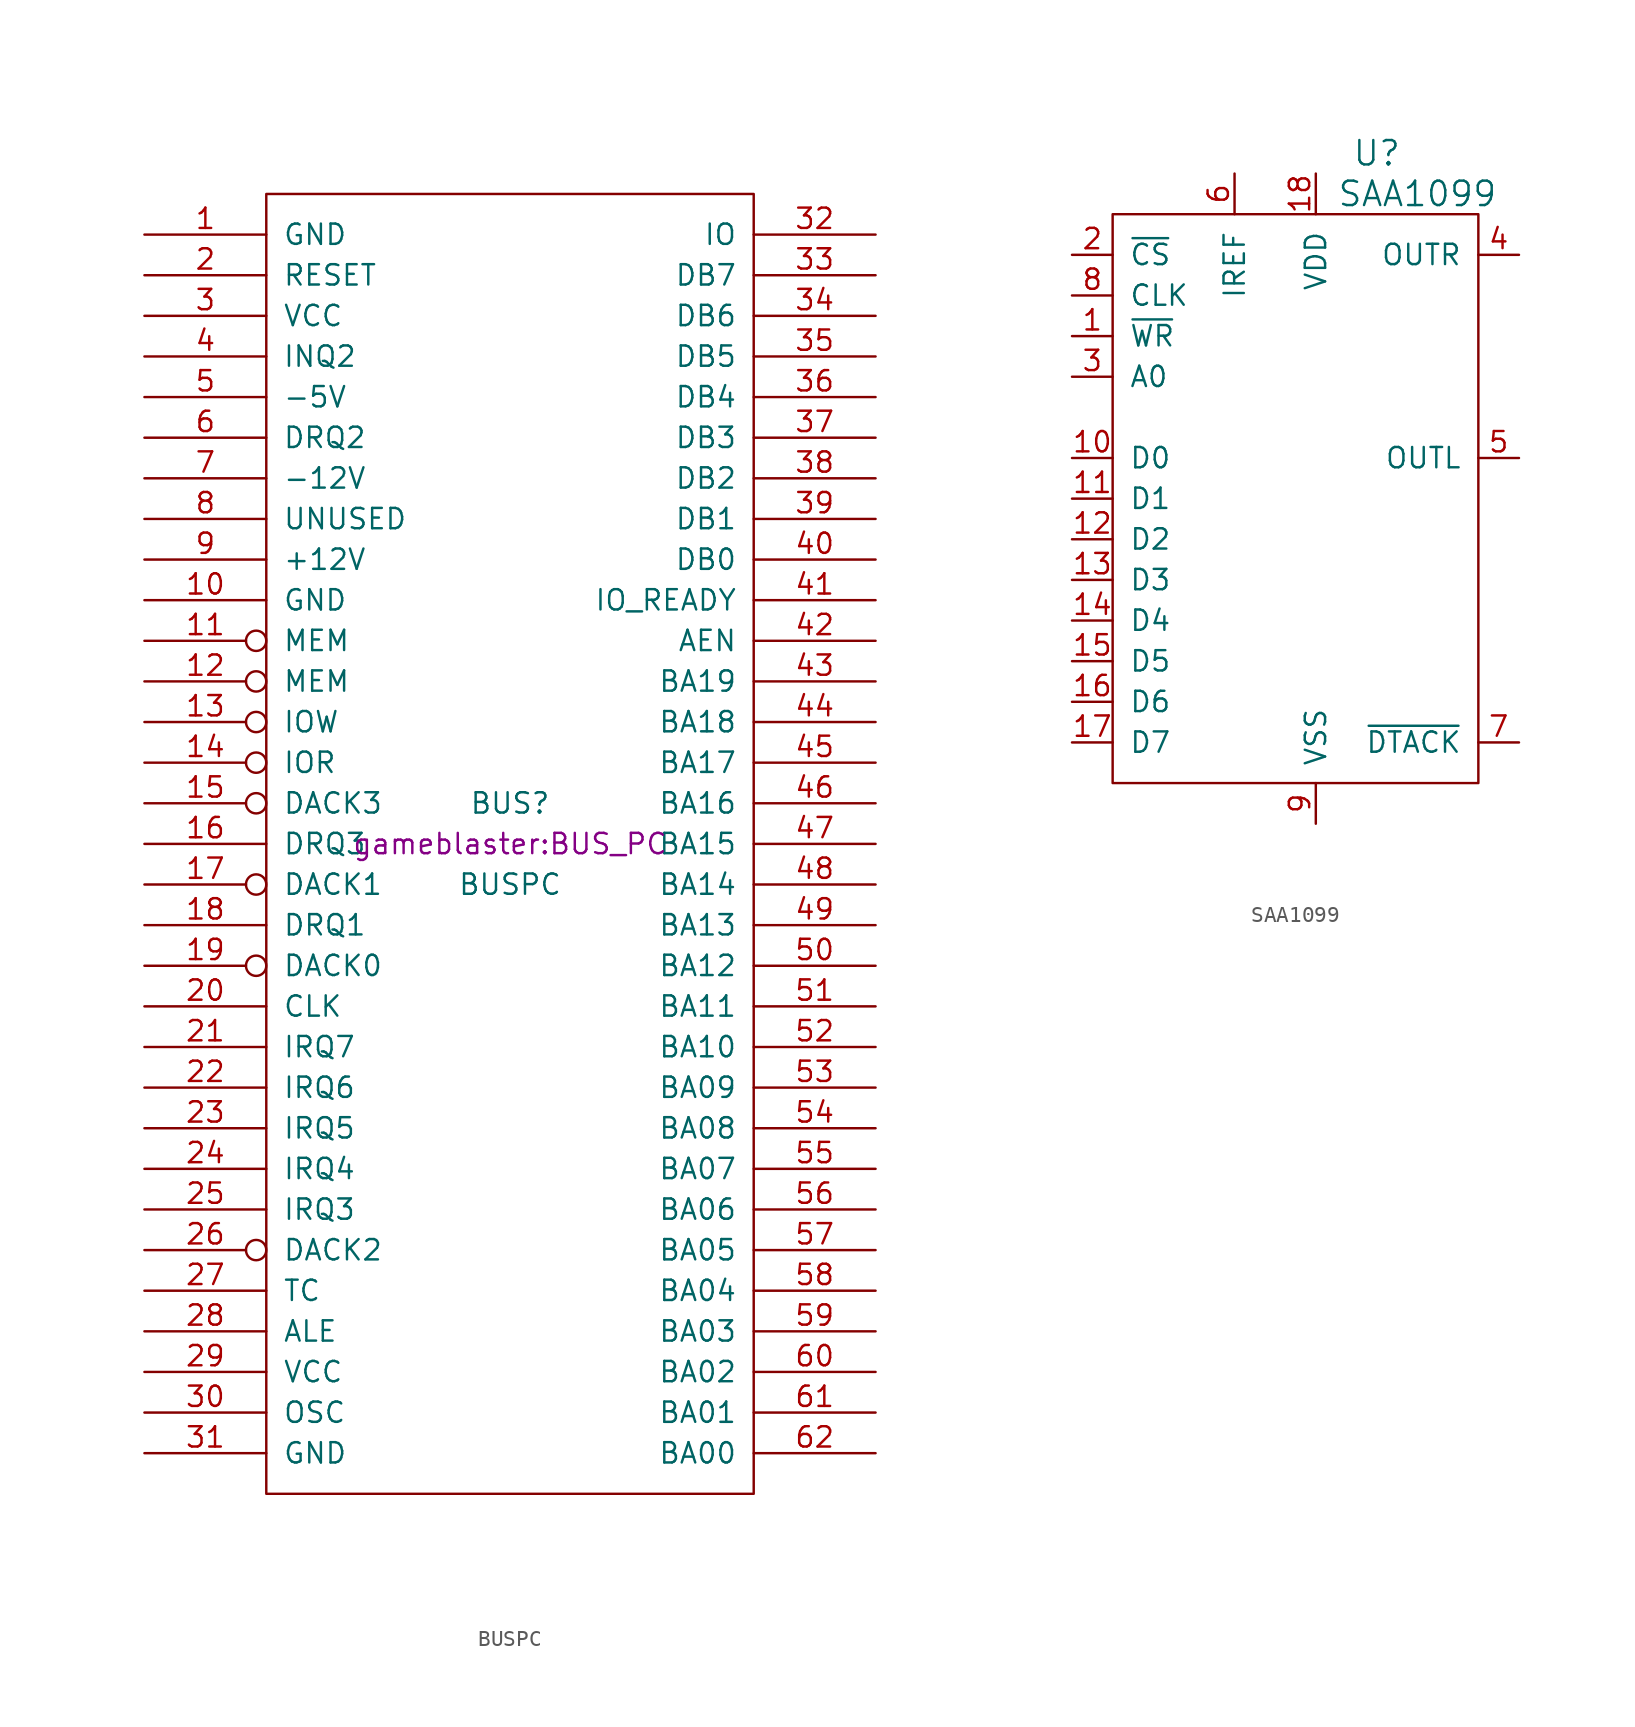
<source format=kicad_sym>
(kicad_symbol_lib
  (version 20211014)
  (generator kicad_symbol_editor)
  (symbol "BUSPC"
    (pin_names
      (offset 1.016))
    (property "Reference" "BUS"
      (at 0 2.54 0)
      (effects (font (size 1.27 1.27))))
    (property "Value" "BUSPC"
      (at 0 -2.54 0)
      (effects (font (size 1.27 1.27))))
    (property "Footprint" "gameblaster:BUS_PC"
      (at 0 0 0)
      (effects (font (size 1.27 1.27))))
    (property "Datasheet" ""
      (at 0 0 0)
      (effects (font (size 1.27 1.27))))
    (symbol "BUSPC_0_1"
      (rectangle (start -15.24 -40.64) (end 15.24 40.64) (stroke (width 0) (type default) (color 0 0 0 0)) (fill (type none))))
    (symbol "BUSPC_1_1"
      (pin passive line (at -22.86 38.1 0) (length 7.62) (name "GND" (effects (font (size 1.27 1.27)))) (number "1" (effects (font (size 1.27 1.27)))))
      (pin passive line (at -22.86 15.24 0) (length 7.62) (name "GND" (effects (font (size 1.27 1.27)))) (number "10" (effects (font (size 1.27 1.27)))))
      (pin output inverted (at -22.86 12.7 0) (length 7.62) (name "MEM" (effects (font (size 1.27 1.27)))) (number "11" (effects (font (size 1.27 1.27)))))
      (pin output inverted (at -22.86 10.16 0) (length 7.62) (name "MEM" (effects (font (size 1.27 1.27)))) (number "12" (effects (font (size 1.27 1.27)))))
      (pin output inverted (at -22.86 7.62 0) (length 7.62) (name "IOW" (effects (font (size 1.27 1.27)))) (number "13" (effects (font (size 1.27 1.27)))))
      (pin output inverted (at -22.86 5.08 0) (length 7.62) (name "IOR" (effects (font (size 1.27 1.27)))) (number "14" (effects (font (size 1.27 1.27)))))
      (pin passive inverted (at -22.86 2.54 0) (length 7.62) (name "DACK3" (effects (font (size 1.27 1.27)))) (number "15" (effects (font (size 1.27 1.27)))))
      (pin passive line (at -22.86 0 0) (length 7.62) (name "DRQ3" (effects (font (size 1.27 1.27)))) (number "16" (effects (font (size 1.27 1.27)))))
      (pin passive inverted (at -22.86 -2.54 0) (length 7.62) (name "DACK1" (effects (font (size 1.27 1.27)))) (number "17" (effects (font (size 1.27 1.27)))))
      (pin passive line (at -22.86 -5.08 0) (length 7.62) (name "DRQ1" (effects (font (size 1.27 1.27)))) (number "18" (effects (font (size 1.27 1.27)))))
      (pin passive inverted (at -22.86 -7.62 0) (length 7.62) (name "DACK0" (effects (font (size 1.27 1.27)))) (number "19" (effects (font (size 1.27 1.27)))))
      (pin output line (at -22.86 35.56 0) (length 7.62) (name "RESET" (effects (font (size 1.27 1.27)))) (number "2" (effects (font (size 1.27 1.27)))))
      (pin output line (at -22.86 -10.16 0) (length 7.62) (name "CLK" (effects (font (size 1.27 1.27)))) (number "20" (effects (font (size 1.27 1.27)))))
      (pin passive line (at -22.86 -12.7 0) (length 7.62) (name "IRQ7" (effects (font (size 1.27 1.27)))) (number "21" (effects (font (size 1.27 1.27)))))
      (pin passive line (at -22.86 -15.24 0) (length 7.62) (name "IRQ6" (effects (font (size 1.27 1.27)))) (number "22" (effects (font (size 1.27 1.27)))))
      (pin passive line (at -22.86 -17.78 0) (length 7.62) (name "IRQ5" (effects (font (size 1.27 1.27)))) (number "23" (effects (font (size 1.27 1.27)))))
      (pin passive line (at -22.86 -20.32 0) (length 7.62) (name "IRQ4" (effects (font (size 1.27 1.27)))) (number "24" (effects (font (size 1.27 1.27)))))
      (pin passive line (at -22.86 -22.86 0) (length 7.62) (name "IRQ3" (effects (font (size 1.27 1.27)))) (number "25" (effects (font (size 1.27 1.27)))))
      (pin passive inverted (at -22.86 -25.4 0) (length 7.62) (name "DACK2" (effects (font (size 1.27 1.27)))) (number "26" (effects (font (size 1.27 1.27)))))
      (pin passive line (at -22.86 -27.94 0) (length 7.62) (name "TC" (effects (font (size 1.27 1.27)))) (number "27" (effects (font (size 1.27 1.27)))))
      (pin output line (at -22.86 -30.48 0) (length 7.62) (name "ALE" (effects (font (size 1.27 1.27)))) (number "28" (effects (font (size 1.27 1.27)))))
      (pin passive line (at -22.86 -33.02 0) (length 7.62) (name "VCC" (effects (font (size 1.27 1.27)))) (number "29" (effects (font (size 1.27 1.27)))))
      (pin passive line (at -22.86 33.02 0) (length 7.62) (name "VCC" (effects (font (size 1.27 1.27)))) (number "3" (effects (font (size 1.27 1.27)))))
      (pin output line (at -22.86 -35.56 0) (length 7.62) (name "OSC" (effects (font (size 1.27 1.27)))) (number "30" (effects (font (size 1.27 1.27)))))
      (pin passive line (at -22.86 -38.1 0) (length 7.62) (name "GND" (effects (font (size 1.27 1.27)))) (number "31" (effects (font (size 1.27 1.27)))))
      (pin passive line (at 22.86 38.1 180) (length 7.62) (name "IO" (effects (font (size 1.27 1.27)))) (number "32" (effects (font (size 1.27 1.27)))))
      (pin tri_state line (at 22.86 35.56 180) (length 7.62) (name "DB7" (effects (font (size 1.27 1.27)))) (number "33" (effects (font (size 1.27 1.27)))))
      (pin tri_state line (at 22.86 33.02 180) (length 7.62) (name "DB6" (effects (font (size 1.27 1.27)))) (number "34" (effects (font (size 1.27 1.27)))))
      (pin tri_state line (at 22.86 30.48 180) (length 7.62) (name "DB5" (effects (font (size 1.27 1.27)))) (number "35" (effects (font (size 1.27 1.27)))))
      (pin tri_state line (at 22.86 27.94 180) (length 7.62) (name "DB4" (effects (font (size 1.27 1.27)))) (number "36" (effects (font (size 1.27 1.27)))))
      (pin tri_state line (at 22.86 25.4 180) (length 7.62) (name "DB3" (effects (font (size 1.27 1.27)))) (number "37" (effects (font (size 1.27 1.27)))))
      (pin tri_state line (at 22.86 22.86 180) (length 7.62) (name "DB2" (effects (font (size 1.27 1.27)))) (number "38" (effects (font (size 1.27 1.27)))))
      (pin tri_state line (at 22.86 20.32 180) (length 7.62) (name "DB1" (effects (font (size 1.27 1.27)))) (number "39" (effects (font (size 1.27 1.27)))))
      (pin passive line (at -22.86 30.48 0) (length 7.62) (name "INQ2" (effects (font (size 1.27 1.27)))) (number "4" (effects (font (size 1.27 1.27)))))
      (pin tri_state line (at 22.86 17.78 180) (length 7.62) (name "DB0" (effects (font (size 1.27 1.27)))) (number "40" (effects (font (size 1.27 1.27)))))
      (pin passive line (at 22.86 15.24 180) (length 7.62) (name "IO_READY" (effects (font (size 1.27 1.27)))) (number "41" (effects (font (size 1.27 1.27)))))
      (pin output line (at 22.86 12.7 180) (length 7.62) (name "AEN" (effects (font (size 1.27 1.27)))) (number "42" (effects (font (size 1.27 1.27)))))
      (pin tri_state line (at 22.86 10.16 180) (length 7.62) (name "BA19" (effects (font (size 1.27 1.27)))) (number "43" (effects (font (size 1.27 1.27)))))
      (pin tri_state line (at 22.86 7.62 180) (length 7.62) (name "BA18" (effects (font (size 1.27 1.27)))) (number "44" (effects (font (size 1.27 1.27)))))
      (pin tri_state line (at 22.86 5.08 180) (length 7.62) (name "BA17" (effects (font (size 1.27 1.27)))) (number "45" (effects (font (size 1.27 1.27)))))
      (pin tri_state line (at 22.86 2.54 180) (length 7.62) (name "BA16" (effects (font (size 1.27 1.27)))) (number "46" (effects (font (size 1.27 1.27)))))
      (pin tri_state line (at 22.86 0 180) (length 7.62) (name "BA15" (effects (font (size 1.27 1.27)))) (number "47" (effects (font (size 1.27 1.27)))))
      (pin tri_state line (at 22.86 -2.54 180) (length 7.62) (name "BA14" (effects (font (size 1.27 1.27)))) (number "48" (effects (font (size 1.27 1.27)))))
      (pin tri_state line (at 22.86 -5.08 180) (length 7.62) (name "BA13" (effects (font (size 1.27 1.27)))) (number "49" (effects (font (size 1.27 1.27)))))
      (pin passive line (at -22.86 27.94 0) (length 7.62) (name "-5V" (effects (font (size 1.27 1.27)))) (number "5" (effects (font (size 1.27 1.27)))))
      (pin tri_state line (at 22.86 -7.62 180) (length 7.62) (name "BA12" (effects (font (size 1.27 1.27)))) (number "50" (effects (font (size 1.27 1.27)))))
      (pin tri_state line (at 22.86 -10.16 180) (length 7.62) (name "BA11" (effects (font (size 1.27 1.27)))) (number "51" (effects (font (size 1.27 1.27)))))
      (pin tri_state line (at 22.86 -12.7 180) (length 7.62) (name "BA10" (effects (font (size 1.27 1.27)))) (number "52" (effects (font (size 1.27 1.27)))))
      (pin tri_state line (at 22.86 -15.24 180) (length 7.62) (name "BA09" (effects (font (size 1.27 1.27)))) (number "53" (effects (font (size 1.27 1.27)))))
      (pin tri_state line (at 22.86 -17.78 180) (length 7.62) (name "BA08" (effects (font (size 1.27 1.27)))) (number "54" (effects (font (size 1.27 1.27)))))
      (pin tri_state line (at 22.86 -20.32 180) (length 7.62) (name "BA07" (effects (font (size 1.27 1.27)))) (number "55" (effects (font (size 1.27 1.27)))))
      (pin tri_state line (at 22.86 -22.86 180) (length 7.62) (name "BA06" (effects (font (size 1.27 1.27)))) (number "56" (effects (font (size 1.27 1.27)))))
      (pin tri_state line (at 22.86 -25.4 180) (length 7.62) (name "BA05" (effects (font (size 1.27 1.27)))) (number "57" (effects (font (size 1.27 1.27)))))
      (pin tri_state line (at 22.86 -27.94 180) (length 7.62) (name "BA04" (effects (font (size 1.27 1.27)))) (number "58" (effects (font (size 1.27 1.27)))))
      (pin tri_state line (at 22.86 -30.48 180) (length 7.62) (name "BA03" (effects (font (size 1.27 1.27)))) (number "59" (effects (font (size 1.27 1.27)))))
      (pin passive line (at -22.86 25.4 0) (length 7.62) (name "DRQ2" (effects (font (size 1.27 1.27)))) (number "6" (effects (font (size 1.27 1.27)))))
      (pin tri_state line (at 22.86 -33.02 180) (length 7.62) (name "BA02" (effects (font (size 1.27 1.27)))) (number "60" (effects (font (size 1.27 1.27)))))
      (pin tri_state line (at 22.86 -35.56 180) (length 7.62) (name "BA01" (effects (font (size 1.27 1.27)))) (number "61" (effects (font (size 1.27 1.27)))))
      (pin tri_state line (at 22.86 -38.1 180) (length 7.62) (name "BA00" (effects (font (size 1.27 1.27)))) (number "62" (effects (font (size 1.27 1.27)))))
      (pin passive line (at -22.86 22.86 0) (length 7.62) (name "-12V" (effects (font (size 1.27 1.27)))) (number "7" (effects (font (size 1.27 1.27)))))
      (pin passive line (at -22.86 20.32 0) (length 7.62) (name "UNUSED" (effects (font (size 1.27 1.27)))) (number "8" (effects (font (size 1.27 1.27)))))
      (pin passive line (at -22.86 17.78 0) (length 7.62) (name "+12V" (effects (font (size 1.27 1.27)))) (number "9" (effects (font (size 1.27 1.27)))))))
  (symbol "SAA1099"
    (pin_names
      (offset 1.016))
    (property "Reference" "U"
      (at 3.81 19.05 0)
      (effects (font (size 1.524 1.524))))
    (property "Value" "SAA1099"
      (at 6.35 16.51 0)
      (effects (font (size 1.524 1.524))))
    (symbol "SAA1099_0_1"
      (rectangle (start -12.7 15.24) (end 10.16 -20.32) (stroke (width 0) (type default) (color 0 0 0 0)) (fill (type none))))
    (symbol "SAA1099_1_1"
      (pin input line (at -15.24 7.62 0) (length 2.54) (name "~{WR}" (effects (font (size 1.27 1.27)))) (number "1" (effects (font (size 1.27 1.27)))))
      (pin input line (at -15.24 0 0) (length 2.54) (name "D0" (effects (font (size 1.27 1.27)))) (number "10" (effects (font (size 1.27 1.27)))))
      (pin input line (at -15.24 -2.54 0) (length 2.54) (name "D1" (effects (font (size 1.27 1.27)))) (number "11" (effects (font (size 1.27 1.27)))))
      (pin input line (at -15.24 -5.08 0) (length 2.54) (name "D2" (effects (font (size 1.27 1.27)))) (number "12" (effects (font (size 1.27 1.27)))))
      (pin input line (at -15.24 -7.62 0) (length 2.54) (name "D3" (effects (font (size 1.27 1.27)))) (number "13" (effects (font (size 1.27 1.27)))))
      (pin input line (at -15.24 -10.16 0) (length 2.54) (name "D4" (effects (font (size 1.27 1.27)))) (number "14" (effects (font (size 1.27 1.27)))))
      (pin input line (at -15.24 -12.7 0) (length 2.54) (name "D5" (effects (font (size 1.27 1.27)))) (number "15" (effects (font (size 1.27 1.27)))))
      (pin input line (at -15.24 -15.24 0) (length 2.54) (name "D6" (effects (font (size 1.27 1.27)))) (number "16" (effects (font (size 1.27 1.27)))))
      (pin input line (at -15.24 -17.78 0) (length 2.54) (name "D7" (effects (font (size 1.27 1.27)))) (number "17" (effects (font (size 1.27 1.27)))))
      (pin power_in line (at 0 17.78 270) (length 2.54) (name "VDD" (effects (font (size 1.27 1.27)))) (number "18" (effects (font (size 1.27 1.27)))))
      (pin input line (at -15.24 12.7 0) (length 2.54) (name "~{CS}" (effects (font (size 1.27 1.27)))) (number "2" (effects (font (size 1.27 1.27)))))
      (pin input line (at -15.24 5.08 0) (length 2.54) (name "A0" (effects (font (size 1.27 1.27)))) (number "3" (effects (font (size 1.27 1.27)))))
      (pin output line (at 12.7 12.7 180) (length 2.54) (name "OUTR" (effects (font (size 1.27 1.27)))) (number "4" (effects (font (size 1.27 1.27)))))
      (pin output line (at 12.7 0 180) (length 2.54) (name "OUTL" (effects (font (size 1.27 1.27)))) (number "5" (effects (font (size 1.27 1.27)))))
      (pin passive line (at -5.08 17.78 270) (length 2.54) (name "IREF" (effects (font (size 1.27 1.27)))) (number "6" (effects (font (size 1.27 1.27)))))
      (pin open_collector line (at 12.7 -17.78 180) (length 2.54) (name "~{DTACK}" (effects (font (size 1.27 1.27)))) (number "7" (effects (font (size 1.27 1.27)))))
      (pin input line (at -15.24 10.16 0) (length 2.54) (name "CLK" (effects (font (size 1.27 1.27)))) (number "8" (effects (font (size 1.27 1.27)))))
      (pin power_in line (at 0 -22.86 90) (length 2.54) (name "VSS" (effects (font (size 1.27 1.27)))) (number "9" (effects (font (size 1.27 1.27))))))))
</source>
